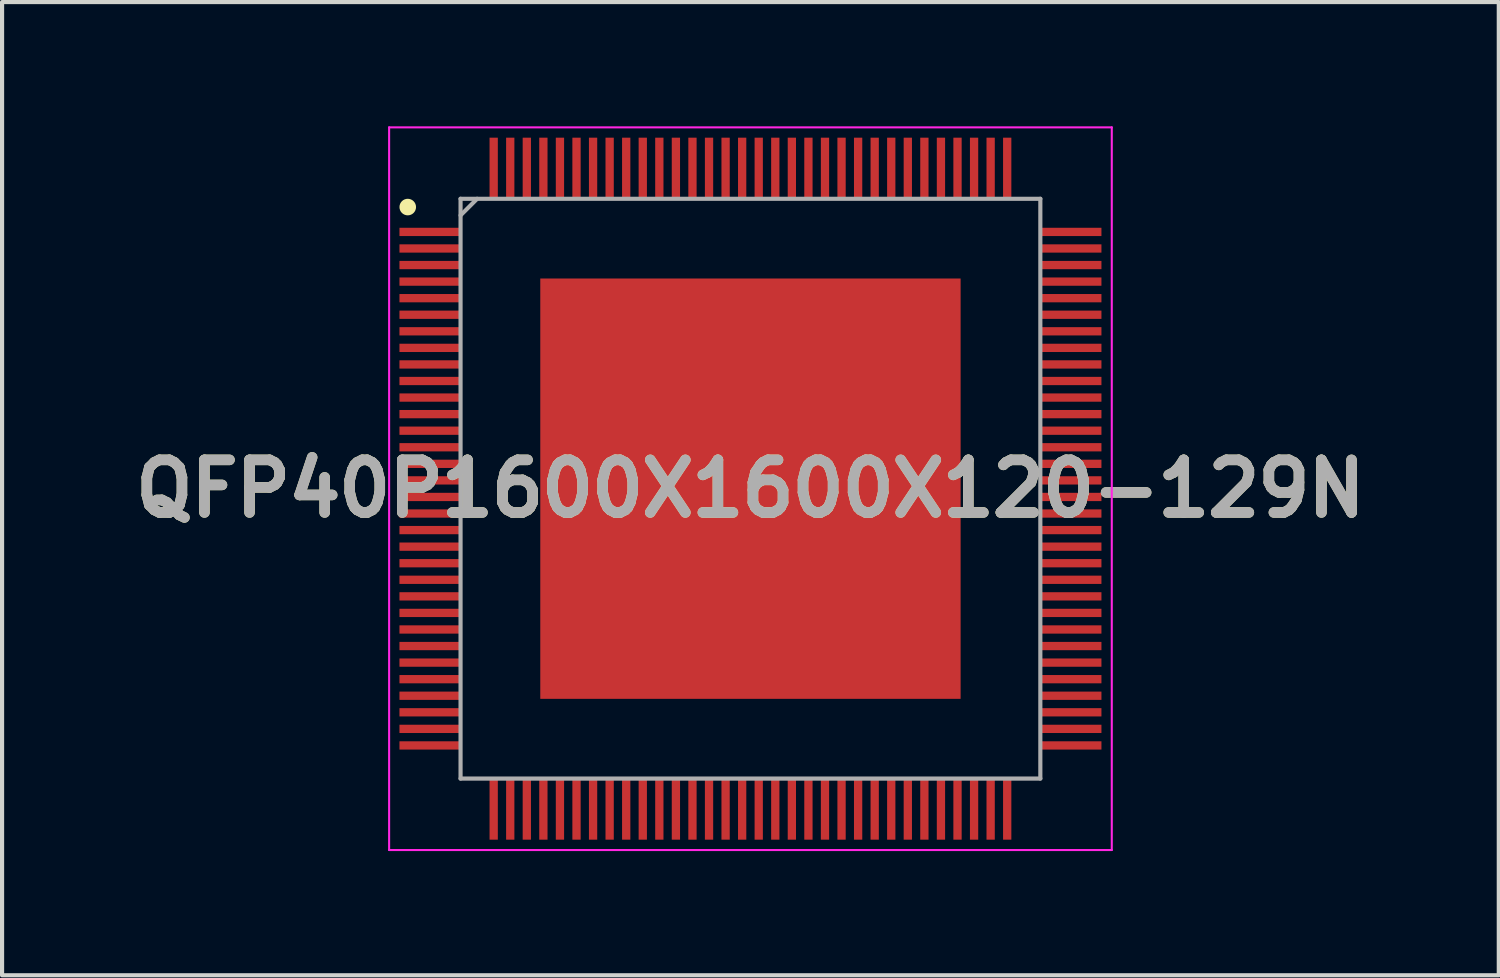
<source format=kicad_pcb>
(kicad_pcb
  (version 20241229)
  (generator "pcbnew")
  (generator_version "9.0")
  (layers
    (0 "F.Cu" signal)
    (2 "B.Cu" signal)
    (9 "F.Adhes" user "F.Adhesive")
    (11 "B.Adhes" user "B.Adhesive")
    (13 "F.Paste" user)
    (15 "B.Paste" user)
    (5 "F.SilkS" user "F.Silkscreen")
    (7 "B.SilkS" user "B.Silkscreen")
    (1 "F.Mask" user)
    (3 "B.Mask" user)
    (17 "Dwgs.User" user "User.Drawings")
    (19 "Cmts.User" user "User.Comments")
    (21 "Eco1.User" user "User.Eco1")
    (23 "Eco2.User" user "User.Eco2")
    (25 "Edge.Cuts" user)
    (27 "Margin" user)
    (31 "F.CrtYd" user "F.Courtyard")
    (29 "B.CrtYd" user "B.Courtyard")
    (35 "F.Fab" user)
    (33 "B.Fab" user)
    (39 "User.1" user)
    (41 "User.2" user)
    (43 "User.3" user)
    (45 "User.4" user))
  (footprint "QFP40P1600X1600X120-129N"
    (layer "F.Cu")
    (at 15.071 8.75)
    (property "Reference" "QFP40P1600X1600X120-129N" (at 0 0 0) (layer "F.SilkS") (effects (font (size 1.27 1.27) (thickness 0.254))))
    (attr smd)
    (fp_circle (center -8.275 -6.8) (end -8.275 -6.7) (stroke (width 0.2) (type solid)) (fill no) (layer "F.SilkS"))
    (fp_line (start -8.725 -8.725) (end 8.725 -8.725) (stroke (width 0.05) (type solid)) (layer "F.CrtYd"))
    (fp_line (start -8.725 8.725) (end -8.725 -8.725) (stroke (width 0.05) (type solid)) (layer "F.CrtYd"))
    (fp_line (start 8.725 -8.725) (end 8.725 8.725) (stroke (width 0.05) (type solid)) (layer "F.CrtYd"))
    (fp_line (start 8.725 8.725) (end -8.725 8.725) (stroke (width 0.05) (type solid)) (layer "F.CrtYd"))
    (fp_line (start -7 -7) (end 7 -7) (stroke (width 0.1) (type solid)) (layer "F.Fab"))
    (fp_line (start -7 -6.6) (end -6.6 -7) (stroke (width 0.1) (type solid)) (layer "F.Fab"))
    (fp_line (start -7 7) (end -7 -7) (stroke (width 0.1) (type solid)) (layer "F.Fab"))
    (fp_line (start 7 -7) (end 7 7) (stroke (width 0.1) (type solid)) (layer "F.Fab"))
    (fp_line (start 7 7) (end -7 7) (stroke (width 0.1) (type solid)) (layer "F.Fab"))
    (fp_text user "${REFERENCE}" (at 0 0 0) (layer "F.Fab") (effects (font (size 1.27 1.27) (thickness 0.254))))
    (pad "1" smd rect (at -7.738 -6.2 90) (size 0.2 1.475) (layers "F.Cu" "F.Mask" "F.Paste"))
    (pad "2" smd rect (at -7.738 -5.8 90) (size 0.2 1.475) (layers "F.Cu" "F.Mask" "F.Paste"))
    (pad "3" smd rect (at -7.738 -5.4 90) (size 0.2 1.475) (layers "F.Cu" "F.Mask" "F.Paste"))
    (pad "4" smd rect (at -7.738 -5 90) (size 0.2 1.475) (layers "F.Cu" "F.Mask" "F.Paste"))
    (pad "5" smd rect (at -7.738 -4.6 90) (size 0.2 1.475) (layers "F.Cu" "F.Mask" "F.Paste"))
    (pad "6" smd rect (at -7.738 -4.2 90) (size 0.2 1.475) (layers "F.Cu" "F.Mask" "F.Paste"))
    (pad "7" smd rect (at -7.738 -3.8 90) (size 0.2 1.475) (layers "F.Cu" "F.Mask" "F.Paste"))
    (pad "8" smd rect (at -7.738 -3.4 90) (size 0.2 1.475) (layers "F.Cu" "F.Mask" "F.Paste"))
    (pad "9" smd rect (at -7.738 -3 90) (size 0.2 1.475) (layers "F.Cu" "F.Mask" "F.Paste"))
    (pad "10" smd rect (at -7.738 -2.6 90) (size 0.2 1.475) (layers "F.Cu" "F.Mask" "F.Paste"))
    (pad "11" smd rect (at -7.738 -2.2 90) (size 0.2 1.475) (layers "F.Cu" "F.Mask" "F.Paste"))
    (pad "12" smd rect (at -7.738 -1.8 90) (size 0.2 1.475) (layers "F.Cu" "F.Mask" "F.Paste"))
    (pad "13" smd rect (at -7.738 -1.4 90) (size 0.2 1.475) (layers "F.Cu" "F.Mask" "F.Paste"))
    (pad "14" smd rect (at -7.738 -1 90) (size 0.2 1.475) (layers "F.Cu" "F.Mask" "F.Paste"))
    (pad "15" smd rect (at -7.738 -0.6 90) (size 0.2 1.475) (layers "F.Cu" "F.Mask" "F.Paste"))
    (pad "16" smd rect (at -7.738 -0.2 90) (size 0.2 1.475) (layers "F.Cu" "F.Mask" "F.Paste"))
    (pad "17" smd rect (at -7.738 0.2 90) (size 0.2 1.475) (layers "F.Cu" "F.Mask" "F.Paste"))
    (pad "18" smd rect (at -7.738 0.6 90) (size 0.2 1.475) (layers "F.Cu" "F.Mask" "F.Paste"))
    (pad "19" smd rect (at -7.738 1 90) (size 0.2 1.475) (layers "F.Cu" "F.Mask" "F.Paste"))
    (pad "20" smd rect (at -7.738 1.4 90) (size 0.2 1.475) (layers "F.Cu" "F.Mask" "F.Paste"))
    (pad "21" smd rect (at -7.738 1.8 90) (size 0.2 1.475) (layers "F.Cu" "F.Mask" "F.Paste"))
    (pad "22" smd rect (at -7.738 2.2 90) (size 0.2 1.475) (layers "F.Cu" "F.Mask" "F.Paste"))
    (pad "23" smd rect (at -7.738 2.6 90) (size 0.2 1.475) (layers "F.Cu" "F.Mask" "F.Paste"))
    (pad "24" smd rect (at -7.738 3 90) (size 0.2 1.475) (layers "F.Cu" "F.Mask" "F.Paste"))
    (pad "25" smd rect (at -7.738 3.4 90) (size 0.2 1.475) (layers "F.Cu" "F.Mask" "F.Paste"))
    (pad "26" smd rect (at -7.738 3.8 90) (size 0.2 1.475) (layers "F.Cu" "F.Mask" "F.Paste"))
    (pad "27" smd rect (at -7.738 4.2 90) (size 0.2 1.475) (layers "F.Cu" "F.Mask" "F.Paste"))
    (pad "28" smd rect (at -7.738 4.6 90) (size 0.2 1.475) (layers "F.Cu" "F.Mask" "F.Paste"))
    (pad "29" smd rect (at -7.738 5 90) (size 0.2 1.475) (layers "F.Cu" "F.Mask" "F.Paste"))
    (pad "30" smd rect (at -7.738 5.4 90) (size 0.2 1.475) (layers "F.Cu" "F.Mask" "F.Paste"))
    (pad "31" smd rect (at -7.738 5.8 90) (size 0.2 1.475) (layers "F.Cu" "F.Mask" "F.Paste"))
    (pad "32" smd rect (at -7.738 6.2 90) (size 0.2 1.475) (layers "F.Cu" "F.Mask" "F.Paste"))
    (pad "33" smd rect (at -6.2 7.738) (size 0.2 1.475) (layers "F.Cu" "F.Mask" "F.Paste"))
    (pad "34" smd rect (at -5.8 7.738) (size 0.2 1.475) (layers "F.Cu" "F.Mask" "F.Paste"))
    (pad "35" smd rect (at -5.4 7.738) (size 0.2 1.475) (layers "F.Cu" "F.Mask" "F.Paste"))
    (pad "36" smd rect (at -5 7.738) (size 0.2 1.475) (layers "F.Cu" "F.Mask" "F.Paste"))
    (pad "37" smd rect (at -4.6 7.738) (size 0.2 1.475) (layers "F.Cu" "F.Mask" "F.Paste"))
    (pad "38" smd rect (at -4.2 7.738) (size 0.2 1.475) (layers "F.Cu" "F.Mask" "F.Paste"))
    (pad "39" smd rect (at -3.8 7.738) (size 0.2 1.475) (layers "F.Cu" "F.Mask" "F.Paste"))
    (pad "40" smd rect (at -3.4 7.738) (size 0.2 1.475) (layers "F.Cu" "F.Mask" "F.Paste"))
    (pad "41" smd rect (at -3 7.738) (size 0.2 1.475) (layers "F.Cu" "F.Mask" "F.Paste"))
    (pad "42" smd rect (at -2.6 7.738) (size 0.2 1.475) (layers "F.Cu" "F.Mask" "F.Paste"))
    (pad "43" smd rect (at -2.2 7.738) (size 0.2 1.475) (layers "F.Cu" "F.Mask" "F.Paste"))
    (pad "44" smd rect (at -1.8 7.738) (size 0.2 1.475) (layers "F.Cu" "F.Mask" "F.Paste"))
    (pad "45" smd rect (at -1.4 7.738) (size 0.2 1.475) (layers "F.Cu" "F.Mask" "F.Paste"))
    (pad "46" smd rect (at -1 7.738) (size 0.2 1.475) (layers "F.Cu" "F.Mask" "F.Paste"))
    (pad "47" smd rect (at -0.6 7.738) (size 0.2 1.475) (layers "F.Cu" "F.Mask" "F.Paste"))
    (pad "48" smd rect (at -0.2 7.738) (size 0.2 1.475) (layers "F.Cu" "F.Mask" "F.Paste"))
    (pad "49" smd rect (at 0.2 7.738) (size 0.2 1.475) (layers "F.Cu" "F.Mask" "F.Paste"))
    (pad "50" smd rect (at 0.6 7.738) (size 0.2 1.475) (layers "F.Cu" "F.Mask" "F.Paste"))
    (pad "51" smd rect (at 1 7.738) (size 0.2 1.475) (layers "F.Cu" "F.Mask" "F.Paste"))
    (pad "52" smd rect (at 1.4 7.738) (size 0.2 1.475) (layers "F.Cu" "F.Mask" "F.Paste"))
    (pad "53" smd rect (at 1.8 7.738) (size 0.2 1.475) (layers "F.Cu" "F.Mask" "F.Paste"))
    (pad "54" smd rect (at 2.2 7.738) (size 0.2 1.475) (layers "F.Cu" "F.Mask" "F.Paste"))
    (pad "55" smd rect (at 2.6 7.738) (size 0.2 1.475) (layers "F.Cu" "F.Mask" "F.Paste"))
    (pad "56" smd rect (at 3 7.738) (size 0.2 1.475) (layers "F.Cu" "F.Mask" "F.Paste"))
    (pad "57" smd rect (at 3.4 7.738) (size 0.2 1.475) (layers "F.Cu" "F.Mask" "F.Paste"))
    (pad "58" smd rect (at 3.8 7.738) (size 0.2 1.475) (layers "F.Cu" "F.Mask" "F.Paste"))
    (pad "59" smd rect (at 4.2 7.738) (size 0.2 1.475) (layers "F.Cu" "F.Mask" "F.Paste"))
    (pad "60" smd rect (at 4.6 7.738) (size 0.2 1.475) (layers "F.Cu" "F.Mask" "F.Paste"))
    (pad "61" smd rect (at 5 7.738) (size 0.2 1.475) (layers "F.Cu" "F.Mask" "F.Paste"))
    (pad "62" smd rect (at 5.4 7.738) (size 0.2 1.475) (layers "F.Cu" "F.Mask" "F.Paste"))
    (pad "63" smd rect (at 5.8 7.738) (size 0.2 1.475) (layers "F.Cu" "F.Mask" "F.Paste"))
    (pad "64" smd rect (at 6.2 7.738) (size 0.2 1.475) (layers "F.Cu" "F.Mask" "F.Paste"))
    (pad "65" smd rect (at 7.738 6.2 90) (size 0.2 1.475) (layers "F.Cu" "F.Mask" "F.Paste"))
    (pad "66" smd rect (at 7.738 5.8 90) (size 0.2 1.475) (layers "F.Cu" "F.Mask" "F.Paste"))
    (pad "67" smd rect (at 7.738 5.4 90) (size 0.2 1.475) (layers "F.Cu" "F.Mask" "F.Paste"))
    (pad "68" smd rect (at 7.738 5 90) (size 0.2 1.475) (layers "F.Cu" "F.Mask" "F.Paste"))
    (pad "69" smd rect (at 7.738 4.6 90) (size 0.2 1.475) (layers "F.Cu" "F.Mask" "F.Paste"))
    (pad "70" smd rect (at 7.738 4.2 90) (size 0.2 1.475) (layers "F.Cu" "F.Mask" "F.Paste"))
    (pad "71" smd rect (at 7.738 3.8 90) (size 0.2 1.475) (layers "F.Cu" "F.Mask" "F.Paste"))
    (pad "72" smd rect (at 7.738 3.4 90) (size 0.2 1.475) (layers "F.Cu" "F.Mask" "F.Paste"))
    (pad "73" smd rect (at 7.738 3 90) (size 0.2 1.475) (layers "F.Cu" "F.Mask" "F.Paste"))
    (pad "74" smd rect (at 7.738 2.6 90) (size 0.2 1.475) (layers "F.Cu" "F.Mask" "F.Paste"))
    (pad "75" smd rect (at 7.738 2.2 90) (size 0.2 1.475) (layers "F.Cu" "F.Mask" "F.Paste"))
    (pad "76" smd rect (at 7.738 1.8 90) (size 0.2 1.475) (layers "F.Cu" "F.Mask" "F.Paste"))
    (pad "77" smd rect (at 7.738 1.4 90) (size 0.2 1.475) (layers "F.Cu" "F.Mask" "F.Paste"))
    (pad "78" smd rect (at 7.738 1 90) (size 0.2 1.475) (layers "F.Cu" "F.Mask" "F.Paste"))
    (pad "79" smd rect (at 7.738 0.6 90) (size 0.2 1.475) (layers "F.Cu" "F.Mask" "F.Paste"))
    (pad "80" smd rect (at 7.738 0.2 90) (size 0.2 1.475) (layers "F.Cu" "F.Mask" "F.Paste"))
    (pad "81" smd rect (at 7.738 -0.2 90) (size 0.2 1.475) (layers "F.Cu" "F.Mask" "F.Paste"))
    (pad "82" smd rect (at 7.738 -0.6 90) (size 0.2 1.475) (layers "F.Cu" "F.Mask" "F.Paste"))
    (pad "83" smd rect (at 7.738 -1 90) (size 0.2 1.475) (layers "F.Cu" "F.Mask" "F.Paste"))
    (pad "84" smd rect (at 7.738 -1.4 90) (size 0.2 1.475) (layers "F.Cu" "F.Mask" "F.Paste"))
    (pad "85" smd rect (at 7.738 -1.8 90) (size 0.2 1.475) (layers "F.Cu" "F.Mask" "F.Paste"))
    (pad "86" smd rect (at 7.738 -2.2 90) (size 0.2 1.475) (layers "F.Cu" "F.Mask" "F.Paste"))
    (pad "87" smd rect (at 7.738 -2.6 90) (size 0.2 1.475) (layers "F.Cu" "F.Mask" "F.Paste"))
    (pad "88" smd rect (at 7.738 -3 90) (size 0.2 1.475) (layers "F.Cu" "F.Mask" "F.Paste"))
    (pad "89" smd rect (at 7.738 -3.4 90) (size 0.2 1.475) (layers "F.Cu" "F.Mask" "F.Paste"))
    (pad "90" smd rect (at 7.738 -3.8 90) (size 0.2 1.475) (layers "F.Cu" "F.Mask" "F.Paste"))
    (pad "91" smd rect (at 7.738 -4.2 90) (size 0.2 1.475) (layers "F.Cu" "F.Mask" "F.Paste"))
    (pad "92" smd rect (at 7.738 -4.6 90) (size 0.2 1.475) (layers "F.Cu" "F.Mask" "F.Paste"))
    (pad "93" smd rect (at 7.738 -5 90) (size 0.2 1.475) (layers "F.Cu" "F.Mask" "F.Paste"))
    (pad "94" smd rect (at 7.738 -5.4 90) (size 0.2 1.475) (layers "F.Cu" "F.Mask" "F.Paste"))
    (pad "95" smd rect (at 7.738 -5.8 90) (size 0.2 1.475) (layers "F.Cu" "F.Mask" "F.Paste"))
    (pad "96" smd rect (at 7.738 -6.2 90) (size 0.2 1.475) (layers "F.Cu" "F.Mask" "F.Paste"))
    (pad "97" smd rect (at 6.2 -7.738) (size 0.2 1.475) (layers "F.Cu" "F.Mask" "F.Paste"))
    (pad "98" smd rect (at 5.8 -7.738) (size 0.2 1.475) (layers "F.Cu" "F.Mask" "F.Paste"))
    (pad "99" smd rect (at 5.4 -7.738) (size 0.2 1.475) (layers "F.Cu" "F.Mask" "F.Paste"))
    (pad "100" smd rect (at 5 -7.738) (size 0.2 1.475) (layers "F.Cu" "F.Mask" "F.Paste"))
    (pad "101" smd rect (at 4.6 -7.738) (size 0.2 1.475) (layers "F.Cu" "F.Mask" "F.Paste"))
    (pad "102" smd rect (at 4.2 -7.738) (size 0.2 1.475) (layers "F.Cu" "F.Mask" "F.Paste"))
    (pad "103" smd rect (at 3.8 -7.738) (size 0.2 1.475) (layers "F.Cu" "F.Mask" "F.Paste"))
    (pad "104" smd rect (at 3.4 -7.738) (size 0.2 1.475) (layers "F.Cu" "F.Mask" "F.Paste"))
    (pad "105" smd rect (at 3 -7.738) (size 0.2 1.475) (layers "F.Cu" "F.Mask" "F.Paste"))
    (pad "106" smd rect (at 2.6 -7.738) (size 0.2 1.475) (layers "F.Cu" "F.Mask" "F.Paste"))
    (pad "107" smd rect (at 2.2 -7.738) (size 0.2 1.475) (layers "F.Cu" "F.Mask" "F.Paste"))
    (pad "108" smd rect (at 1.8 -7.738) (size 0.2 1.475) (layers "F.Cu" "F.Mask" "F.Paste"))
    (pad "109" smd rect (at 1.4 -7.738) (size 0.2 1.475) (layers "F.Cu" "F.Mask" "F.Paste"))
    (pad "110" smd rect (at 1 -7.738) (size 0.2 1.475) (layers "F.Cu" "F.Mask" "F.Paste"))
    (pad "111" smd rect (at 0.6 -7.738) (size 0.2 1.475) (layers "F.Cu" "F.Mask" "F.Paste"))
    (pad "112" smd rect (at 0.2 -7.738) (size 0.2 1.475) (layers "F.Cu" "F.Mask" "F.Paste"))
    (pad "113" smd rect (at -0.2 -7.738) (size 0.2 1.475) (layers "F.Cu" "F.Mask" "F.Paste"))
    (pad "114" smd rect (at -0.6 -7.738) (size 0.2 1.475) (layers "F.Cu" "F.Mask" "F.Paste"))
    (pad "115" smd rect (at -1 -7.738) (size 0.2 1.475) (layers "F.Cu" "F.Mask" "F.Paste"))
    (pad "116" smd rect (at -1.4 -7.738) (size 0.2 1.475) (layers "F.Cu" "F.Mask" "F.Paste"))
    (pad "117" smd rect (at -1.8 -7.738) (size 0.2 1.475) (layers "F.Cu" "F.Mask" "F.Paste"))
    (pad "118" smd rect (at -2.2 -7.738) (size 0.2 1.475) (layers "F.Cu" "F.Mask" "F.Paste"))
    (pad "119" smd rect (at -2.6 -7.738) (size 0.2 1.475) (layers "F.Cu" "F.Mask" "F.Paste"))
    (pad "120" smd rect (at -3 -7.738) (size 0.2 1.475) (layers "F.Cu" "F.Mask" "F.Paste"))
    (pad "121" smd rect (at -3.4 -7.738) (size 0.2 1.475) (layers "F.Cu" "F.Mask" "F.Paste"))
    (pad "122" smd rect (at -3.8 -7.738) (size 0.2 1.475) (layers "F.Cu" "F.Mask" "F.Paste"))
    (pad "123" smd rect (at -4.2 -7.738) (size 0.2 1.475) (layers "F.Cu" "F.Mask" "F.Paste"))
    (pad "124" smd rect (at -4.6 -7.738) (size 0.2 1.475) (layers "F.Cu" "F.Mask" "F.Paste"))
    (pad "125" smd rect (at -5 -7.738) (size 0.2 1.475) (layers "F.Cu" "F.Mask" "F.Paste"))
    (pad "126" smd rect (at -5.4 -7.738) (size 0.2 1.475) (layers "F.Cu" "F.Mask" "F.Paste"))
    (pad "127" smd rect (at -5.8 -7.738) (size 0.2 1.475) (layers "F.Cu" "F.Mask" "F.Paste"))
    (pad "128" smd rect (at -6.2 -7.738) (size 0.2 1.475) (layers "F.Cu" "F.Mask" "F.Paste"))
    (pad "129" smd rect (at 0 0) (size 10.15 10.15) (layers "F.Cu" "F.Mask" "F.Paste")))
  (gr_rect
    (start -3 -3)
    (end 33.141 20.5)
    (stroke (width 0.1) (type default))
    (fill no)
    (layer "Edge.Cuts")))
</source>
